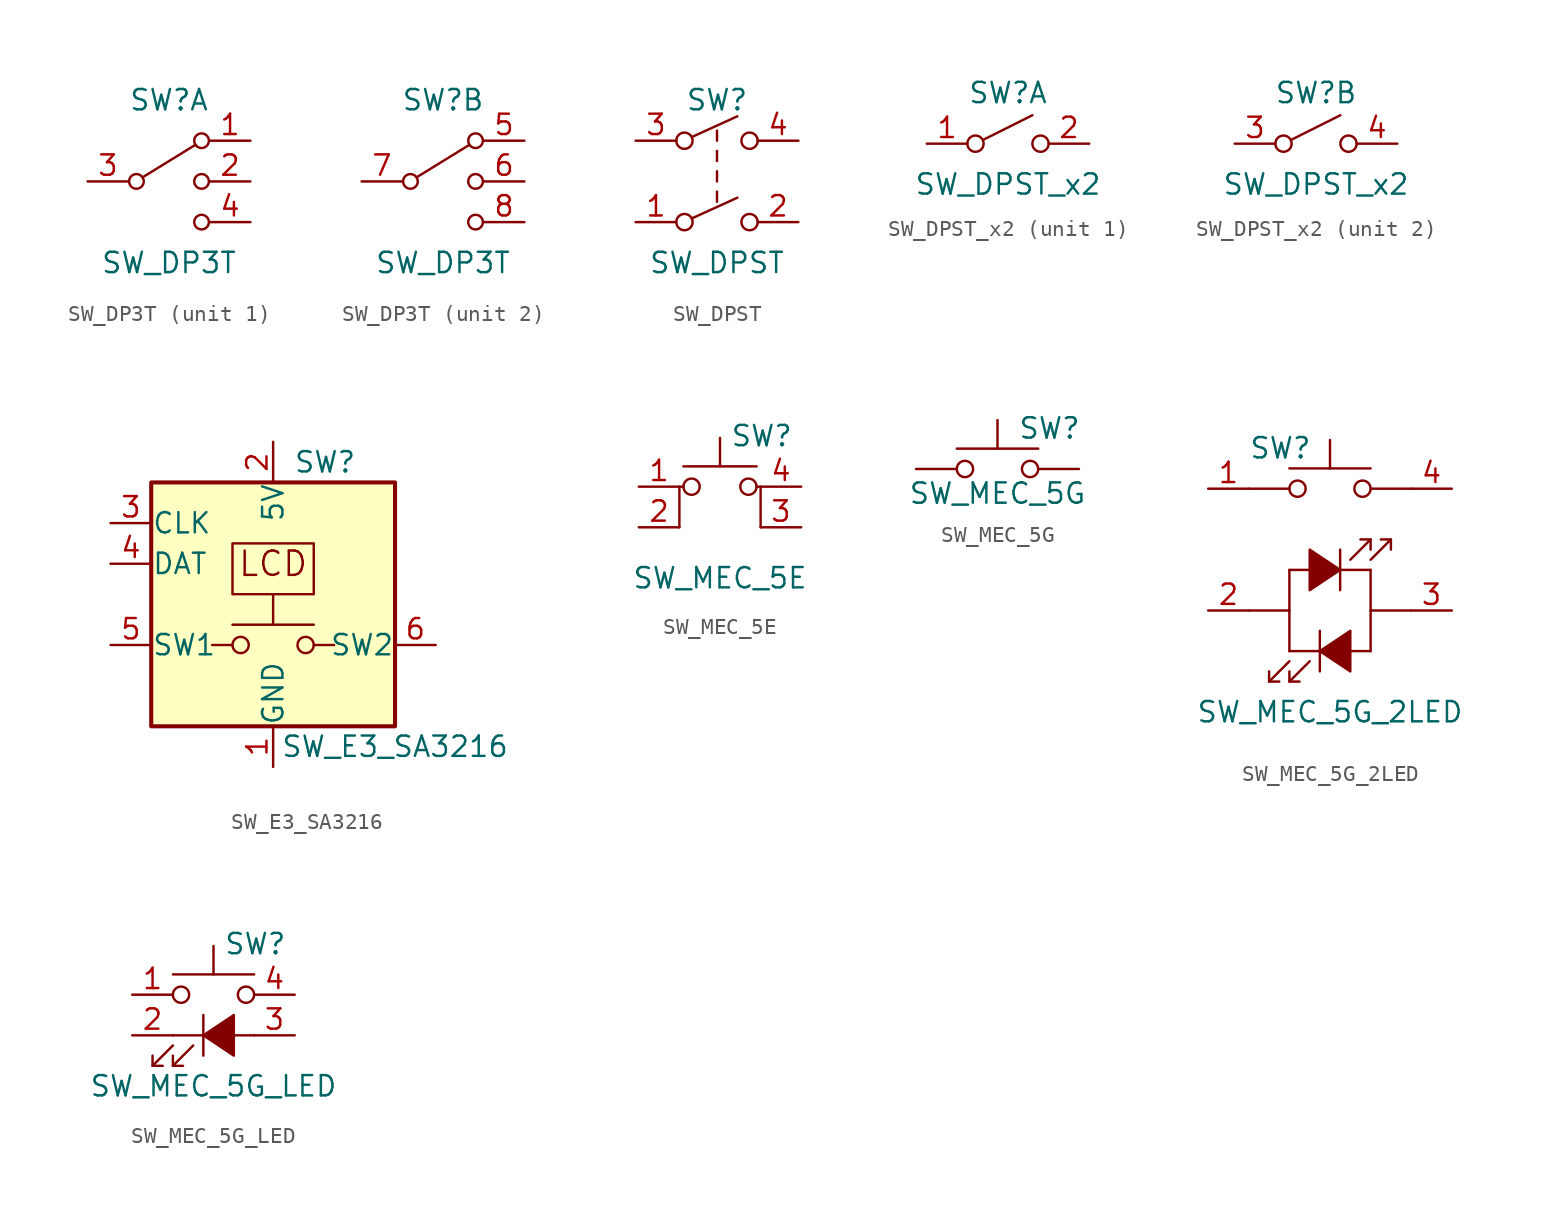
<source format=kicad_sym>
(kicad_symbol_lib
  (version 20211014)
  (generator kicad_symbol_editor)
  (symbol "SW_DP3T"
    (pin_names
      (offset 0) hide)
    (property "Reference" "SW"
      (at 0 5.08 0)
      (effects (font (size 1.27 1.27))))
    (property "Value" "SW_DP3T"
      (at 0 -5.08 0)
      (effects (font (size 1.27 1.27))))
    (symbol "SW_DP3T_0_1"
      (circle (center -2.032 0) (radius 0.457) (stroke (width 0) (type default) (color 0 0 0 0)) (fill (type none)))
      (polyline (pts (xy -1.651 0.254) (xy 1.651 2.286)) (stroke (width 0) (type default) (color 0 0 0 0)) (fill (type none)))
      (circle (center 2.032 -2.54) (radius 0.457) (stroke (width 0) (type default) (color 0 0 0 0)) (fill (type none)))
      (circle (center 2.032 0) (radius 0.457) (stroke (width 0) (type default) (color 0 0 0 0)) (fill (type none)))
      (circle (center 2.032 2.54) (radius 0.457) (stroke (width 0) (type default) (color 0 0 0 0)) (fill (type none))))
    (symbol "SW_DP3T_1_1"
      (pin passive line (at 5.08 2.54 180) (length 2.54) (name "1" (effects (font (size 1.27 1.27)))) (number "1" (effects (font (size 1.27 1.27)))))
      (pin passive line (at 5.08 0 180) (length 2.54) (name "2" (effects (font (size 1.27 1.27)))) (number "2" (effects (font (size 1.27 1.27)))))
      (pin passive line (at -5.08 0 0) (length 2.54) (name "3" (effects (font (size 1.27 1.27)))) (number "3" (effects (font (size 1.27 1.27)))))
      (pin passive line (at 5.08 -2.54 180) (length 2.54) (name "4" (effects (font (size 1.27 1.27)))) (number "4" (effects (font (size 1.27 1.27))))))
    (symbol "SW_DP3T_2_1"
      (pin passive line (at 5.08 2.54 180) (length 2.54) (name "5" (effects (font (size 1.27 1.27)))) (number "5" (effects (font (size 1.27 1.27)))))
      (pin passive line (at 5.08 0 180) (length 2.54) (name "6" (effects (font (size 1.27 1.27)))) (number "6" (effects (font (size 1.27 1.27)))))
      (pin passive line (at -5.08 0 0) (length 2.54) (name "7" (effects (font (size 1.27 1.27)))) (number "7" (effects (font (size 1.27 1.27)))))
      (pin passive line (at 5.08 -2.54 180) (length 2.54) (name "8" (effects (font (size 1.27 1.27)))) (number "8" (effects (font (size 1.27 1.27)))))))
  (symbol "SW_DPST"
    (pin_names
      (offset 0) hide)
    (property "Reference" "SW"
      (at 0 5.08 0)
      (effects (font (size 1.27 1.27))))
    (property "Value" "SW_DPST"
      (at 0 -5.08 0)
      (effects (font (size 1.27 1.27))))
    (symbol "SW_DPST_0_0"
      (circle (center -2.032 -2.54) (radius 0.508) (stroke (width 0) (type default) (color 0 0 0 0)) (fill (type none)))
      (circle (center -2.032 2.54) (radius 0.508) (stroke (width 0) (type default) (color 0 0 0 0)) (fill (type none)))
      (polyline (pts (xy -1.524 -2.286) (xy 1.27 -1.016)) (stroke (width 0) (type default) (color 0 0 0 0)) (fill (type none)))
      (polyline (pts (xy -1.524 2.794) (xy 1.27 4.064)) (stroke (width 0) (type default) (color 0 0 0 0)) (fill (type none)))
      (polyline (pts (xy 0 -1.27) (xy 0 -0.635)) (stroke (width 0) (type default) (color 0 0 0 0)) (fill (type none)))
      (polyline (pts (xy 0 0) (xy 0 0.635)) (stroke (width 0) (type default) (color 0 0 0 0)) (fill (type none)))
      (polyline (pts (xy 0 1.27) (xy 0 1.905)) (stroke (width 0) (type default) (color 0 0 0 0)) (fill (type none)))
      (polyline (pts (xy 0 2.54) (xy 0 3.175)) (stroke (width 0) (type default) (color 0 0 0 0)) (fill (type none)))
      (circle (center 2.032 -2.54) (radius 0.508) (stroke (width 0) (type default) (color 0 0 0 0)) (fill (type none)))
      (circle (center 2.032 2.54) (radius 0.508) (stroke (width 0) (type default) (color 0 0 0 0)) (fill (type none))))
    (symbol "SW_DPST_1_1"
      (pin passive line (at -5.08 -2.54 0) (length 2.54) (name "1" (effects (font (size 1.27 1.27)))) (number "1" (effects (font (size 1.27 1.27)))))
      (pin passive line (at 5.08 -2.54 180) (length 2.54) (name "2" (effects (font (size 1.27 1.27)))) (number "2" (effects (font (size 1.27 1.27)))))
      (pin passive line (at -5.08 2.54 0) (length 2.54) (name "3" (effects (font (size 1.27 1.27)))) (number "3" (effects (font (size 1.27 1.27)))))
      (pin passive line (at 5.08 2.54 180) (length 2.54) (name "4" (effects (font (size 1.27 1.27)))) (number "4" (effects (font (size 1.27 1.27)))))))
  (symbol "SW_DPST_x2"
    (pin_names
      (offset 0) hide)
    (property "Reference" "SW"
      (at 0 3.175 0)
      (effects (font (size 1.27 1.27))))
    (property "Value" "SW_DPST_x2"
      (at 0 -2.54 0)
      (effects (font (size 1.27 1.27))))
    (symbol "SW_DPST_x2_0_0"
      (circle (center -2.032 0) (radius 0.508) (stroke (width 0) (type default) (color 0 0 0 0)) (fill (type none)))
      (polyline (pts (xy -1.524 0.254) (xy 1.524 1.778)) (stroke (width 0) (type default) (color 0 0 0 0)) (fill (type none)))
      (circle (center 2.032 0) (radius 0.508) (stroke (width 0) (type default) (color 0 0 0 0)) (fill (type none))))
    (symbol "SW_DPST_x2_1_1"
      (pin passive line (at -5.08 0 0) (length 2.54) (name "A" (effects (font (size 1.27 1.27)))) (number "1" (effects (font (size 1.27 1.27)))))
      (pin passive line (at 5.08 0 180) (length 2.54) (name "B" (effects (font (size 1.27 1.27)))) (number "2" (effects (font (size 1.27 1.27))))))
    (symbol "SW_DPST_x2_2_1"
      (pin passive line (at -5.08 0 0) (length 2.54) (name "A" (effects (font (size 1.27 1.27)))) (number "3" (effects (font (size 1.27 1.27)))))
      (pin passive line (at 5.08 0 180) (length 2.54) (name "B" (effects (font (size 1.27 1.27)))) (number "4" (effects (font (size 1.27 1.27)))))))
  (symbol "SW_E3_SA3216"
    (pin_names
      (offset 0.025))
    (property "Reference" "SW"
      (at 1.27 8.89 0)
      (effects (font (size 1.27 1.27)) (justify left)))
    (property "Value" "SW_E3_SA3216"
      (at 7.62 -8.89 0)
      (effects (font (size 1.27 1.27))))
    (symbol "SW_E3_SA3216_0_0"
      (rectangle (start -7.62 7.62) (end 7.62 -7.62) (stroke (width 0.254) (type default) (color 0 0 0 0)) (fill (type background)))
      (polyline (pts (xy -2.54 -2.54) (xy -3.81 -2.54)) (stroke (width 0) (type default) (color 0 0 0 0)) (fill (type none)))
      (polyline (pts (xy 2.54 -2.54) (xy 3.81 -2.54)) (stroke (width 0) (type default) (color 0 0 0 0)) (fill (type none)))
      (text "LCD" (at 0 2.54 0) (effects (font (size 1.524 1.524)))))
    (symbol "SW_E3_SA3216_0_1"
      (circle (center -2.032 -2.54) (radius 0.508) (stroke (width 0) (type default) (color 0 0 0 0)) (fill (type none)))
      (polyline (pts (xy 2.54 -1.27) (xy -2.54 -1.27)) (stroke (width 0) (type default) (color 0 0 0 0)) (fill (type none)))
      (polyline (pts (xy 0 -1.27) (xy 0 0.635) (xy -2.54 0.635) (xy -2.54 3.81) (xy 2.54 3.81) (xy 2.54 0.635) (xy 0 0.635)) (stroke (width 0) (type default) (color 0 0 0 0)) (fill (type none)))
      (circle (center 2.032 -2.54) (radius 0.508) (stroke (width 0) (type default) (color 0 0 0 0)) (fill (type none)))
      (pin power_in line (at 0 -10.16 90) (length 2.54) (name "GND" (effects (font (size 1.27 1.27)))) (number "1" (effects (font (size 1.27 1.27)))))
      (pin power_in line (at 0 10.16 270) (length 2.54) (name "5V" (effects (font (size 1.27 1.27)))) (number "2" (effects (font (size 1.27 1.27)))))
      (pin input line (at -10.16 5.08 0) (length 2.54) (name "CLK" (effects (font (size 1.27 1.27)))) (number "3" (effects (font (size 1.27 1.27)))))
      (pin input line (at -10.16 2.54 0) (length 2.54) (name "DAT" (effects (font (size 1.27 1.27)))) (number "4" (effects (font (size 1.27 1.27))))))
    (symbol "SW_E3_SA3216_1_1"
      (pin passive line (at -10.16 -2.54 0) (length 2.54) (name "SW1" (effects (font (size 1.27 1.27)))) (number "5" (effects (font (size 1.27 1.27)))))
      (pin passive line (at 10.16 -2.54 180) (length 2.54) (name "SW2" (effects (font (size 1.27 1.27)))) (number "6" (effects (font (size 1.27 1.27)))))))
  (symbol "SW_MEC_5E"
    (pin_names
      (offset 1.016) hide)
    (property "Reference" "SW"
      (at 0.635 5.715 0)
      (effects (font (size 1.27 1.27)) (justify left)))
    (property "Value" "SW_MEC_5E"
      (at 0 -3.175 0)
      (effects (font (size 1.27 1.27))))
    (symbol "SW_MEC_5E_0_1"
      (circle (center -1.778 2.54) (radius 0.508) (stroke (width 0) (type default) (color 0 0 0 0)) (fill (type none)))
      (polyline (pts (xy -2.286 3.81) (xy 2.286 3.81)) (stroke (width 0) (type default) (color 0 0 0 0)) (fill (type none)))
      (polyline (pts (xy 0 3.81) (xy 0 5.588)) (stroke (width 0) (type default) (color 0 0 0 0)) (fill (type none)))
      (polyline (pts (xy -2.54 0) (xy -2.54 2.54) (xy -2.286 2.54)) (stroke (width 0) (type default) (color 0 0 0 0)) (fill (type none)))
      (polyline (pts (xy 2.54 0) (xy 2.54 2.54) (xy 2.286 2.54)) (stroke (width 0) (type default) (color 0 0 0 0)) (fill (type none)))
      (circle (center 1.778 2.54) (radius 0.508) (stroke (width 0) (type default) (color 0 0 0 0)) (fill (type none)))
      (pin passive line (at -5.08 2.54 0) (length 2.54) (name "1" (effects (font (size 1.27 1.27)))) (number "1" (effects (font (size 1.27 1.27)))))
      (pin passive line (at -5.08 0 0) (length 2.54) (name "2" (effects (font (size 1.27 1.27)))) (number "2" (effects (font (size 1.27 1.27)))))
      (pin passive line (at 5.08 0 180) (length 2.54) (name "K" (effects (font (size 1.27 1.27)))) (number "3" (effects (font (size 1.27 1.27)))))
      (pin passive line (at 5.08 2.54 180) (length 2.54) (name "A" (effects (font (size 1.27 1.27)))) (number "4" (effects (font (size 1.27 1.27)))))))
  (symbol "SW_MEC_5G"
    (pin_numbers hide)
    (pin_names
      (offset 1.016) hide)
    (property "Reference" "SW"
      (at 1.27 2.54 0)
      (effects (font (size 1.27 1.27)) (justify left)))
    (property "Value" "SW_MEC_5G"
      (at 0 -1.524 0)
      (effects (font (size 1.27 1.27))))
    (symbol "SW_MEC_5G_0_1"
      (circle (center -2.032 0) (radius 0.508) (stroke (width 0) (type default) (color 0 0 0 0)) (fill (type none)))
      (polyline (pts (xy 0 1.27) (xy 0 3.048)) (stroke (width 0) (type default) (color 0 0 0 0)) (fill (type none)))
      (polyline (pts (xy 2.54 1.27) (xy -2.54 1.27)) (stroke (width 0) (type default) (color 0 0 0 0)) (fill (type none)))
      (circle (center 2.032 0) (radius 0.508) (stroke (width 0) (type default) (color 0 0 0 0)) (fill (type none)))
      (pin passive line (at -5.08 0 0) (length 2.54) (name "A" (effects (font (size 1.27 1.27)))) (number "1" (effects (font (size 1.27 1.27)))))
      (pin passive line (at 5.08 0 180) (length 2.54) (name "B" (effects (font (size 1.27 1.27)))) (number "3" (effects (font (size 1.27 1.27))))))
    (symbol "SW_MEC_5G_1_1"
      (pin passive line (at -5.08 0 0) (length 2.54) hide (name "A" (effects (font (size 1.27 1.27)))) (number "2" (effects (font (size 1.27 1.27)))))
      (pin passive line (at 5.08 0 180) (length 2.54) hide (name "B" (effects (font (size 1.27 1.27)))) (number "4" (effects (font (size 1.27 1.27)))))))
  (symbol "SW_MEC_5G_2LED"
    (pin_names
      (offset 1.016) hide)
    (property "Reference" "SW"
      (at -5.08 7.62 0)
      (effects (font (size 1.27 1.27)) (justify left)))
    (property "Value" "SW_MEC_5G_2LED"
      (at 0 -8.89 0)
      (effects (font (size 1.27 1.27))))
    (symbol "SW_MEC_5G_2LED_0_0"
      (polyline (pts (xy -5.08 -2.54) (xy -2.54 -2.54)) (stroke (width 0) (type default) (color 0 0 0 0)) (fill (type none)))
      (polyline (pts (xy -5.08 5.08) (xy -2.54 5.08)) (stroke (width 0) (type default) (color 0 0 0 0)) (fill (type none)))
      (polyline (pts (xy -3.81 -6.985) (xy -2.54 -5.715)) (stroke (width 0) (type default) (color 0 0 0 0)) (fill (type none)))
      (polyline (pts (xy -2.54 -6.985) (xy -1.27 -5.715)) (stroke (width 0) (type default) (color 0 0 0 0)) (fill (type none)))
      (polyline (pts (xy -2.54 -5.08) (xy 2.54 -5.08)) (stroke (width 0) (type default) (color 0 0 0 0)) (fill (type none)))
      (polyline (pts (xy -2.54 0) (xy -2.54 -5.08)) (stroke (width 0) (type default) (color 0 0 0 0)) (fill (type none)))
      (polyline (pts (xy -0.635 -3.81) (xy -0.635 -6.35)) (stroke (width 0) (type default) (color 0 0 0 0)) (fill (type none)))
      (polyline (pts (xy 0.635 1.27) (xy 0.635 -1.27)) (stroke (width 0) (type default) (color 0 0 0 0)) (fill (type none)))
      (polyline (pts (xy 2.54 0) (xy -2.54 0)) (stroke (width 0) (type default) (color 0 0 0 0)) (fill (type none)))
      (polyline (pts (xy 2.54 0) (xy 2.54 -5.08)) (stroke (width 0) (type default) (color 0 0 0 0)) (fill (type none)))
      (polyline (pts (xy 2.54 1.905) (xy 1.27 0.635)) (stroke (width 0) (type default) (color 0 0 0 0)) (fill (type none)))
      (polyline (pts (xy 2.54 5.08) (xy 5.08 5.08)) (stroke (width 0) (type default) (color 0 0 0 0)) (fill (type none)))
      (polyline (pts (xy 3.81 1.905) (xy 2.54 0.635)) (stroke (width 0) (type default) (color 0 0 0 0)) (fill (type none)))
      (polyline (pts (xy 5.08 -2.54) (xy 2.54 -2.54)) (stroke (width 0) (type default) (color 0 0 0 0)) (fill (type none)))
      (polyline (pts (xy -3.81 -6.35) (xy -3.81 -6.985) (xy -3.175 -6.985)) (stroke (width 0) (type default) (color 0 0 0 0)) (fill (type none)))
      (polyline (pts (xy -2.54 -6.35) (xy -2.54 -6.985) (xy -1.905 -6.985)) (stroke (width 0) (type default) (color 0 0 0 0)) (fill (type none)))
      (polyline (pts (xy 2.54 1.27) (xy 2.54 1.905) (xy 1.905 1.905)) (stroke (width 0) (type default) (color 0 0 0 0)) (fill (type none)))
      (polyline (pts (xy 3.81 1.27) (xy 3.81 1.905) (xy 3.175 1.905)) (stroke (width 0) (type default) (color 0 0 0 0)) (fill (type none)))
      (polyline (pts (xy -0.635 -5.08) (xy 1.27 -3.81) (xy 1.27 -6.35) (xy -0.635 -5.08)) (stroke (width 0) (type default) (color 0 0 0 0)) (fill (type outline)))
      (polyline (pts (xy 0.635 0) (xy -1.27 1.27) (xy -1.27 -1.27) (xy 0.635 0)) (stroke (width 0) (type default) (color 0 0 0 0)) (fill (type outline))))
    (symbol "SW_MEC_5G_2LED_0_1"
      (circle (center -2.032 5.08) (radius 0.508) (stroke (width 0) (type default) (color 0 0 0 0)) (fill (type none)))
      (polyline (pts (xy 0 6.35) (xy 0 8.128)) (stroke (width 0) (type default) (color 0 0 0 0)) (fill (type none)))
      (polyline (pts (xy 2.54 6.35) (xy -2.54 6.35)) (stroke (width 0) (type default) (color 0 0 0 0)) (fill (type none)))
      (circle (center 2.032 5.08) (radius 0.508) (stroke (width 0) (type default) (color 0 0 0 0)) (fill (type none)))
      (pin passive line (at -7.62 5.08 0) (length 2.54) (name "1" (effects (font (size 1.27 1.27)))) (number "1" (effects (font (size 1.27 1.27)))))
      (pin passive line (at -7.62 -2.54 0) (length 2.54) (name "2" (effects (font (size 1.27 1.27)))) (number "2" (effects (font (size 1.27 1.27)))))
      (pin passive line (at 7.62 -2.54 180) (length 2.54) (name "K" (effects (font (size 1.27 1.27)))) (number "3" (effects (font (size 1.27 1.27)))))
      (pin passive line (at 7.62 5.08 180) (length 2.54) (name "A" (effects (font (size 1.27 1.27)))) (number "4" (effects (font (size 1.27 1.27)))))))
  (symbol "SW_MEC_5G_LED"
    (pin_names
      (offset 1.016) hide)
    (property "Reference" "SW"
      (at 0.635 5.715 0)
      (effects (font (size 1.27 1.27)) (justify left)))
    (property "Value" "SW_MEC_5G_LED"
      (at 0 -3.175 0)
      (effects (font (size 1.27 1.27))))
    (symbol "SW_MEC_5G_LED_0_0"
      (polyline (pts (xy -3.81 -1.905) (xy -2.54 -0.635)) (stroke (width 0) (type default) (color 0 0 0 0)) (fill (type none)))
      (polyline (pts (xy -2.54 -1.905) (xy -1.27 -0.635)) (stroke (width 0) (type default) (color 0 0 0 0)) (fill (type none)))
      (polyline (pts (xy -2.54 0) (xy 2.54 0)) (stroke (width 0) (type default) (color 0 0 0 0)) (fill (type none)))
      (polyline (pts (xy -0.635 1.27) (xy -0.635 -1.27)) (stroke (width 0) (type default) (color 0 0 0 0)) (fill (type none)))
      (polyline (pts (xy -3.81 -1.27) (xy -3.81 -1.905) (xy -3.175 -1.905)) (stroke (width 0) (type default) (color 0 0 0 0)) (fill (type none)))
      (polyline (pts (xy -2.54 -1.27) (xy -2.54 -1.905) (xy -1.905 -1.905)) (stroke (width 0) (type default) (color 0 0 0 0)) (fill (type none)))
      (polyline (pts (xy -0.635 0) (xy 1.27 1.27) (xy 1.27 -1.27) (xy -0.635 0)) (stroke (width 0) (type default) (color 0 0 0 0)) (fill (type outline))))
    (symbol "SW_MEC_5G_LED_0_1"
      (circle (center -2.032 2.54) (radius 0.508) (stroke (width 0) (type default) (color 0 0 0 0)) (fill (type none)))
      (polyline (pts (xy 0 3.81) (xy 0 5.588)) (stroke (width 0) (type default) (color 0 0 0 0)) (fill (type none)))
      (polyline (pts (xy 2.54 3.81) (xy -2.54 3.81)) (stroke (width 0) (type default) (color 0 0 0 0)) (fill (type none)))
      (circle (center 2.032 2.54) (radius 0.508) (stroke (width 0) (type default) (color 0 0 0 0)) (fill (type none)))
      (pin passive line (at -5.08 2.54 0) (length 2.54) (name "1" (effects (font (size 1.27 1.27)))) (number "1" (effects (font (size 1.27 1.27)))))
      (pin passive line (at -5.08 0 0) (length 2.54) (name "2" (effects (font (size 1.27 1.27)))) (number "2" (effects (font (size 1.27 1.27)))))
      (pin passive line (at 5.08 0 180) (length 2.54) (name "K" (effects (font (size 1.27 1.27)))) (number "3" (effects (font (size 1.27 1.27)))))
      (pin passive line (at 5.08 2.54 180) (length 2.54) (name "A" (effects (font (size 1.27 1.27)))) (number "4" (effects (font (size 1.27 1.27))))))))
</source>
